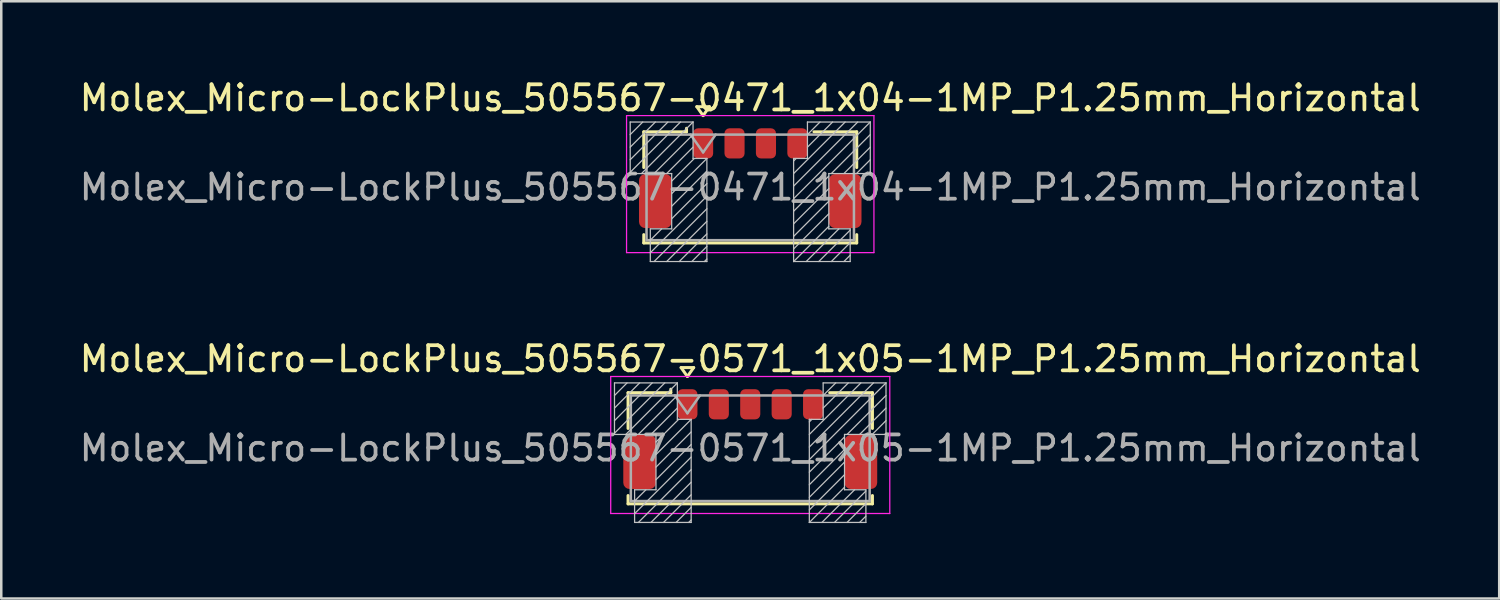
<source format=kicad_pcb>
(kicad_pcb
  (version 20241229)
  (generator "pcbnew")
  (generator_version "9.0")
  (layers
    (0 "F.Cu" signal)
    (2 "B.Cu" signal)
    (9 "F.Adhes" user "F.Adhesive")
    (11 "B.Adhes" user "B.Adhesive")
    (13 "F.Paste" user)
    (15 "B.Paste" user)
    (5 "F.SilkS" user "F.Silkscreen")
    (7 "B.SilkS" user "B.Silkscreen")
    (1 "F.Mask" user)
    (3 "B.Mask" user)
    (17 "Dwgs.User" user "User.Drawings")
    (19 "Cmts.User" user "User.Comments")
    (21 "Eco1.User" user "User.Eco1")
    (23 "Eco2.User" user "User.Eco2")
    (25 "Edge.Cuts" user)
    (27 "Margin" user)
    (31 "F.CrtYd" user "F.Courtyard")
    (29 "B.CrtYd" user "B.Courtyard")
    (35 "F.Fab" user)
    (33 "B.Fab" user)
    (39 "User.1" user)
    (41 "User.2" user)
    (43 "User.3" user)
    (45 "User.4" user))
  (footprint "Molex_Micro-LockPlus_505567-0471_1x04-1MP_P1.25mm_Horizontal"
    (layer "F.Cu")
    (at 26.792 4.038)
    (property "Reference" "Molex_Micro-LockPlus_505567-0471_1x04-1MP_P1.25mm_Horizontal" (at 0 -3.19 0) (layer "F.SilkS") (effects (font (size 1 1) (thickness 0.15))))
    (attr smd)
    (fp_line (start -4.235 -1.845) (end -2.535 -1.845) (stroke (width 0.12) (type solid)) (layer "F.SilkS"))
    (fp_line (start -4.235 -0.425) (end -4.235 -1.845) (stroke (width 0.12) (type solid)) (layer "F.SilkS"))
    (fp_line (start -4.235 2.245) (end -4.235 2.575) (stroke (width 0.12) (type solid)) (layer "F.SilkS"))
    (fp_line (start -4.235 2.575) (end 4.235 2.575) (stroke (width 0.12) (type solid)) (layer "F.SilkS"))
    (fp_line (start -2.535 -1.845) (end -2.535 -1.985) (stroke (width 0.12) (type solid)) (layer "F.SilkS"))
    (fp_line (start -2.125 -2.844) (end -1.875 -2.49) (stroke (width 0.12) (type solid)) (layer "F.SilkS"))
    (fp_line (start -1.875 -2.49) (end -1.625 -2.844) (stroke (width 0.12) (type solid)) (layer "F.SilkS"))
    (fp_line (start -1.625 -2.844) (end -2.125 -2.844) (stroke (width 0.12) (type solid)) (layer "F.SilkS"))
    (fp_line (start 4.235 -1.845) (end 2.535 -1.845) (stroke (width 0.12) (type solid)) (layer "F.SilkS"))
    (fp_line (start 4.235 -0.425) (end 4.235 -1.845) (stroke (width 0.12) (type solid)) (layer "F.SilkS"))
    (fp_line (start 4.235 2.575) (end 4.235 2.245) (stroke (width 0.12) (type solid)) (layer "F.SilkS"))
    (fp_line (start -4.775 -2.235) (end -2.275 -2.235) (stroke (width 0.05) (type solid)) (layer "Dwgs.User"))
    (fp_line (start -4.775 -0.185) (end -4.775 -2.235) (stroke (width 0.05) (type solid)) (layer "Dwgs.User"))
    (fp_line (start -4.275 -2.235) (end -4.775 -1.735) (stroke (width 0.05) (type solid)) (layer "Dwgs.User"))
    (fp_line (start -3.975 2.015) (end -3.125 2.015) (stroke (width 0.05) (type solid)) (layer "Dwgs.User"))
    (fp_line (start -3.975 3.315) (end -3.975 2.015) (stroke (width 0.05) (type solid)) (layer "Dwgs.User"))
    (fp_line (start -3.775 -2.235) (end -4.775 -1.235) (stroke (width 0.05) (type solid)) (layer "Dwgs.User"))
    (fp_line (start -3.525 2.015) (end -3.975 2.465) (stroke (width 0.05) (type solid)) (layer "Dwgs.User"))
    (fp_line (start -3.275 -2.235) (end -4.775 -0.735) (stroke (width 0.05) (type solid)) (layer "Dwgs.User"))
    (fp_line (start -3.125 -0.185) (end -4.775 -0.185) (stroke (width 0.05) (type solid)) (layer "Dwgs.User"))
    (fp_line (start -3.125 2.015) (end -3.125 -0.185) (stroke (width 0.05) (type solid)) (layer "Dwgs.User"))
    (fp_line (start -2.775 -2.235) (end -4.775 -0.235) (stroke (width 0.05) (type solid)) (layer "Dwgs.User"))
    (fp_line (start -2.275 -2.235) (end -4.325 -0.185) (stroke (width 0.05) (type solid)) (layer "Dwgs.User"))
    (fp_line (start -2.275 -2.235) (end -2.275 -0.785) (stroke (width 0.05) (type solid)) (layer "Dwgs.User"))
    (fp_line (start -2.275 -1.735) (end -3.825 -0.185) (stroke (width 0.05) (type solid)) (layer "Dwgs.User"))
    (fp_line (start -2.275 -1.235) (end -3.325 -0.185) (stroke (width 0.05) (type solid)) (layer "Dwgs.User"))
    (fp_line (start -2.275 -0.785) (end -1.725 -0.785) (stroke (width 0.05) (type solid)) (layer "Dwgs.User"))
    (fp_line (start -2.225 -0.785) (end -3.125 0.115) (stroke (width 0.05) (type solid)) (layer "Dwgs.User"))
    (fp_line (start -1.725 -0.785) (end -3.125 0.615) (stroke (width 0.05) (type solid)) (layer "Dwgs.User"))
    (fp_line (start -1.725 -0.785) (end -1.725 3.315) (stroke (width 0.05) (type solid)) (layer "Dwgs.User"))
    (fp_line (start -1.725 -0.285) (end -3.125 1.115) (stroke (width 0.05) (type solid)) (layer "Dwgs.User"))
    (fp_line (start -1.725 0.215) (end -3.125 1.615) (stroke (width 0.05) (type solid)) (layer "Dwgs.User"))
    (fp_line (start -1.725 0.715) (end -3.975 2.965) (stroke (width 0.05) (type solid)) (layer "Dwgs.User"))
    (fp_line (start -1.725 1.215) (end -3.825 3.315) (stroke (width 0.05) (type solid)) (layer "Dwgs.User"))
    (fp_line (start -1.725 1.715) (end -3.325 3.315) (stroke (width 0.05) (type solid)) (layer "Dwgs.User"))
    (fp_line (start -1.725 2.215) (end -2.825 3.315) (stroke (width 0.05) (type solid)) (layer "Dwgs.User"))
    (fp_line (start -1.725 2.715) (end -2.325 3.315) (stroke (width 0.05) (type solid)) (layer "Dwgs.User"))
    (fp_line (start -1.725 3.215) (end -1.825 3.315) (stroke (width 0.05) (type solid)) (layer "Dwgs.User"))
    (fp_line (start -1.725 3.315) (end -3.975 3.315) (stroke (width 0.05) (type solid)) (layer "Dwgs.User"))
    (fp_line (start 1.725 -0.785) (end 1.725 3.315) (stroke (width 0.05) (type solid)) (layer "Dwgs.User"))
    (fp_line (start 1.725 3.315) (end 3.975 3.315) (stroke (width 0.05) (type solid)) (layer "Dwgs.User"))
    (fp_line (start 1.825 -0.785) (end 1.725 -0.685) (stroke (width 0.05) (type solid)) (layer "Dwgs.User"))
    (fp_line (start 2.275 -2.235) (end 2.275 -0.785) (stroke (width 0.05) (type solid)) (layer "Dwgs.User"))
    (fp_line (start 2.275 -0.785) (end 1.725 -0.785) (stroke (width 0.05) (type solid)) (layer "Dwgs.User"))
    (fp_line (start 2.775 -2.235) (end 2.275 -1.735) (stroke (width 0.05) (type solid)) (layer "Dwgs.User"))
    (fp_line (start 3.125 -0.185) (end 4.775 -0.185) (stroke (width 0.05) (type solid)) (layer "Dwgs.User"))
    (fp_line (start 3.125 -0.085) (end 1.725 1.315) (stroke (width 0.05) (type solid)) (layer "Dwgs.User"))
    (fp_line (start 3.125 0.415) (end 1.725 1.815) (stroke (width 0.05) (type solid)) (layer "Dwgs.User"))
    (fp_line (start 3.125 0.915) (end 1.725 2.315) (stroke (width 0.05) (type solid)) (layer "Dwgs.User"))
    (fp_line (start 3.125 1.415) (end 1.725 2.815) (stroke (width 0.05) (type solid)) (layer "Dwgs.User"))
    (fp_line (start 3.125 1.915) (end 1.725 3.315) (stroke (width 0.05) (type solid)) (layer "Dwgs.User"))
    (fp_line (start 3.125 2.015) (end 3.125 -0.185) (stroke (width 0.05) (type solid)) (layer "Dwgs.User"))
    (fp_line (start 3.275 -2.235) (end 2.275 -1.235) (stroke (width 0.05) (type solid)) (layer "Dwgs.User"))
    (fp_line (start 3.525 2.015) (end 2.225 3.315) (stroke (width 0.05) (type solid)) (layer "Dwgs.User"))
    (fp_line (start 3.775 -2.235) (end 1.725 -0.185) (stroke (width 0.05) (type solid)) (layer "Dwgs.User"))
    (fp_line (start 3.975 2.015) (end 3.125 2.015) (stroke (width 0.05) (type solid)) (layer "Dwgs.User"))
    (fp_line (start 3.975 2.065) (end 2.725 3.315) (stroke (width 0.05) (type solid)) (layer "Dwgs.User"))
    (fp_line (start 3.975 2.565) (end 3.225 3.315) (stroke (width 0.05) (type solid)) (layer "Dwgs.User"))
    (fp_line (start 3.975 3.065) (end 3.725 3.315) (stroke (width 0.05) (type solid)) (layer "Dwgs.User"))
    (fp_line (start 3.975 3.315) (end 3.975 2.015) (stroke (width 0.05) (type solid)) (layer "Dwgs.User"))
    (fp_line (start 4.275 -2.235) (end 1.725 0.315) (stroke (width 0.05) (type solid)) (layer "Dwgs.User"))
    (fp_line (start 4.775 -2.235) (end 1.725 0.815) (stroke (width 0.05) (type solid)) (layer "Dwgs.User"))
    (fp_line (start 4.775 -2.235) (end 2.275 -2.235) (stroke (width 0.05) (type solid)) (layer "Dwgs.User"))
    (fp_line (start 4.775 -1.735) (end 3.225 -0.185) (stroke (width 0.05) (type solid)) (layer "Dwgs.User"))
    (fp_line (start 4.775 -1.235) (end 3.725 -0.185) (stroke (width 0.05) (type solid)) (layer "Dwgs.User"))
    (fp_line (start 4.775 -0.735) (end 4.225 -0.185) (stroke (width 0.05) (type solid)) (layer "Dwgs.User"))
    (fp_line (start 4.775 -0.235) (end 4.725 -0.185) (stroke (width 0.05) (type solid)) (layer "Dwgs.User"))
    (fp_line (start 4.775 -0.185) (end 4.775 -2.235) (stroke (width 0.05) (type solid)) (layer "Dwgs.User"))
    (fp_line (start -4.92 -2.49) (end -4.92 2.96) (stroke (width 0.05) (type solid)) (layer "F.CrtYd"))
    (fp_line (start -4.92 2.96) (end 4.92 2.96) (stroke (width 0.05) (type solid)) (layer "F.CrtYd"))
    (fp_line (start 4.92 -2.49) (end -4.92 -2.49) (stroke (width 0.05) (type solid)) (layer "F.CrtYd"))
    (fp_line (start 4.92 2.96) (end 4.92 -2.49) (stroke (width 0.05) (type solid)) (layer "F.CrtYd"))
    (fp_line (start -4.125 -1.735) (end -4.125 2.465) (stroke (width 0.1) (type solid)) (layer "F.Fab"))
    (fp_line (start -4.125 -1.735) (end 4.125 -1.735) (stroke (width 0.1) (type solid)) (layer "F.Fab"))
    (fp_line (start -4.125 2.465) (end 4.125 2.465) (stroke (width 0.1) (type solid)) (layer "F.Fab"))
    (fp_line (start -2.375 -1.735) (end -1.875 -1.028) (stroke (width 0.1) (type solid)) (layer "F.Fab"))
    (fp_line (start -1.875 -1.028) (end -1.375 -1.735) (stroke (width 0.1) (type solid)) (layer "F.Fab"))
    (fp_line (start 4.125 -1.735) (end 4.125 2.465) (stroke (width 0.1) (type solid)) (layer "F.Fab"))
    (fp_text user "${REFERENCE}" (at 0 0.36 0) (layer "F.Fab") (effects (font (size 1 1) (thickness 0.15))))
    (pad "1" smd roundrect (at -1.875 -1.385) (size 0.8 1.2) (layers "F.Cu" "F.Mask" "F.Paste") (roundrect_rratio 0.25))
    (pad "2" smd roundrect (at -0.625 -1.385) (size 0.8 1.2) (layers "F.Cu" "F.Mask" "F.Paste") (roundrect_rratio 0.25))
    (pad "3" smd roundrect (at 0.625 -1.385) (size 0.8 1.2) (layers "F.Cu" "F.Mask" "F.Paste") (roundrect_rratio 0.25))
    (pad "4" smd roundrect (at 1.875 -1.385) (size 0.8 1.2) (layers "F.Cu" "F.Mask" "F.Paste") (roundrect_rratio 0.25))
    (pad "MP" smd roundrect (at -3.775 0.91) (size 1.3 2.15) (layers "F.Cu" "F.Mask" "F.Paste") (roundrect_rratio 0.192))
    (pad "MP" smd roundrect (at 3.775 0.91) (size 1.3 2.15) (layers "F.Cu" "F.Mask" "F.Paste") (roundrect_rratio 0.192)))
  (footprint "Molex_Micro-LockPlus_505567-0571_1x05-1MP_P1.25mm_Horizontal"
    (layer "F.Cu")
    (at 26.792 14.416)
    (property "Reference" "Molex_Micro-LockPlus_505567-0571_1x05-1MP_P1.25mm_Horizontal" (at 0 -3.19 0) (layer "F.SilkS") (effects (font (size 1 1) (thickness 0.15))))
    (attr smd)
    (fp_line (start -4.86 -1.845) (end -3.16 -1.845) (stroke (width 0.12) (type solid)) (layer "F.SilkS"))
    (fp_line (start -4.86 -0.425) (end -4.86 -1.845) (stroke (width 0.12) (type solid)) (layer "F.SilkS"))
    (fp_line (start -4.86 2.245) (end -4.86 2.575) (stroke (width 0.12) (type solid)) (layer "F.SilkS"))
    (fp_line (start -4.86 2.575) (end 4.86 2.575) (stroke (width 0.12) (type solid)) (layer "F.SilkS"))
    (fp_line (start -3.16 -1.845) (end -3.16 -1.985) (stroke (width 0.12) (type solid)) (layer "F.SilkS"))
    (fp_line (start -2.75 -2.844) (end -2.5 -2.49) (stroke (width 0.12) (type solid)) (layer "F.SilkS"))
    (fp_line (start -2.5 -2.49) (end -2.25 -2.844) (stroke (width 0.12) (type solid)) (layer "F.SilkS"))
    (fp_line (start -2.25 -2.844) (end -2.75 -2.844) (stroke (width 0.12) (type solid)) (layer "F.SilkS"))
    (fp_line (start 4.86 -1.845) (end 3.16 -1.845) (stroke (width 0.12) (type solid)) (layer "F.SilkS"))
    (fp_line (start 4.86 -0.425) (end 4.86 -1.845) (stroke (width 0.12) (type solid)) (layer "F.SilkS"))
    (fp_line (start 4.86 2.575) (end 4.86 2.245) (stroke (width 0.12) (type solid)) (layer "F.SilkS"))
    (fp_line (start -5.4 -2.235) (end -2.9 -2.235) (stroke (width 0.05) (type solid)) (layer "Dwgs.User"))
    (fp_line (start -5.4 -0.185) (end -5.4 -2.235) (stroke (width 0.05) (type solid)) (layer "Dwgs.User"))
    (fp_line (start -4.9 -2.235) (end -5.4 -1.735) (stroke (width 0.05) (type solid)) (layer "Dwgs.User"))
    (fp_line (start -4.6 2.015) (end -3.75 2.015) (stroke (width 0.05) (type solid)) (layer "Dwgs.User"))
    (fp_line (start -4.6 3.315) (end -4.6 2.015) (stroke (width 0.05) (type solid)) (layer "Dwgs.User"))
    (fp_line (start -4.4 -2.235) (end -5.4 -1.235) (stroke (width 0.05) (type solid)) (layer "Dwgs.User"))
    (fp_line (start -4.15 2.015) (end -4.6 2.465) (stroke (width 0.05) (type solid)) (layer "Dwgs.User"))
    (fp_line (start -3.9 -2.235) (end -5.4 -0.735) (stroke (width 0.05) (type solid)) (layer "Dwgs.User"))
    (fp_line (start -3.75 -0.185) (end -5.4 -0.185) (stroke (width 0.05) (type solid)) (layer "Dwgs.User"))
    (fp_line (start -3.75 2.015) (end -3.75 -0.185) (stroke (width 0.05) (type solid)) (layer "Dwgs.User"))
    (fp_line (start -3.4 -2.235) (end -5.4 -0.235) (stroke (width 0.05) (type solid)) (layer "Dwgs.User"))
    (fp_line (start -2.9 -2.235) (end -4.95 -0.185) (stroke (width 0.05) (type solid)) (layer "Dwgs.User"))
    (fp_line (start -2.9 -2.235) (end -2.9 -0.785) (stroke (width 0.05) (type solid)) (layer "Dwgs.User"))
    (fp_line (start -2.9 -1.735) (end -4.45 -0.185) (stroke (width 0.05) (type solid)) (layer "Dwgs.User"))
    (fp_line (start -2.9 -1.235) (end -3.95 -0.185) (stroke (width 0.05) (type solid)) (layer "Dwgs.User"))
    (fp_line (start -2.9 -0.785) (end -2.35 -0.785) (stroke (width 0.05) (type solid)) (layer "Dwgs.User"))
    (fp_line (start -2.85 -0.785) (end -3.75 0.115) (stroke (width 0.05) (type solid)) (layer "Dwgs.User"))
    (fp_line (start -2.35 -0.785) (end -3.75 0.615) (stroke (width 0.05) (type solid)) (layer "Dwgs.User"))
    (fp_line (start -2.35 -0.785) (end -2.35 3.315) (stroke (width 0.05) (type solid)) (layer "Dwgs.User"))
    (fp_line (start -2.35 -0.285) (end -3.75 1.115) (stroke (width 0.05) (type solid)) (layer "Dwgs.User"))
    (fp_line (start -2.35 0.215) (end -3.75 1.615) (stroke (width 0.05) (type solid)) (layer "Dwgs.User"))
    (fp_line (start -2.35 0.715) (end -4.6 2.965) (stroke (width 0.05) (type solid)) (layer "Dwgs.User"))
    (fp_line (start -2.35 1.215) (end -4.45 3.315) (stroke (width 0.05) (type solid)) (layer "Dwgs.User"))
    (fp_line (start -2.35 1.715) (end -3.95 3.315) (stroke (width 0.05) (type solid)) (layer "Dwgs.User"))
    (fp_line (start -2.35 2.215) (end -3.45 3.315) (stroke (width 0.05) (type solid)) (layer "Dwgs.User"))
    (fp_line (start -2.35 2.715) (end -2.95 3.315) (stroke (width 0.05) (type solid)) (layer "Dwgs.User"))
    (fp_line (start -2.35 3.215) (end -2.45 3.315) (stroke (width 0.05) (type solid)) (layer "Dwgs.User"))
    (fp_line (start -2.35 3.315) (end -4.6 3.315) (stroke (width 0.05) (type solid)) (layer "Dwgs.User"))
    (fp_line (start 2.35 -0.785) (end 2.35 3.315) (stroke (width 0.05) (type solid)) (layer "Dwgs.User"))
    (fp_line (start 2.35 3.315) (end 4.6 3.315) (stroke (width 0.05) (type solid)) (layer "Dwgs.User"))
    (fp_line (start 2.45 -0.785) (end 2.35 -0.685) (stroke (width 0.05) (type solid)) (layer "Dwgs.User"))
    (fp_line (start 2.9 -2.235) (end 2.9 -0.785) (stroke (width 0.05) (type solid)) (layer "Dwgs.User"))
    (fp_line (start 2.9 -0.785) (end 2.35 -0.785) (stroke (width 0.05) (type solid)) (layer "Dwgs.User"))
    (fp_line (start 3.4 -2.235) (end 2.9 -1.735) (stroke (width 0.05) (type solid)) (layer "Dwgs.User"))
    (fp_line (start 3.75 -0.185) (end 5.4 -0.185) (stroke (width 0.05) (type solid)) (layer "Dwgs.User"))
    (fp_line (start 3.75 -0.085) (end 2.35 1.315) (stroke (width 0.05) (type solid)) (layer "Dwgs.User"))
    (fp_line (start 3.75 0.415) (end 2.35 1.815) (stroke (width 0.05) (type solid)) (layer "Dwgs.User"))
    (fp_line (start 3.75 0.915) (end 2.35 2.315) (stroke (width 0.05) (type solid)) (layer "Dwgs.User"))
    (fp_line (start 3.75 1.415) (end 2.35 2.815) (stroke (width 0.05) (type solid)) (layer "Dwgs.User"))
    (fp_line (start 3.75 1.915) (end 2.35 3.315) (stroke (width 0.05) (type solid)) (layer "Dwgs.User"))
    (fp_line (start 3.75 2.015) (end 3.75 -0.185) (stroke (width 0.05) (type solid)) (layer "Dwgs.User"))
    (fp_line (start 3.9 -2.235) (end 2.9 -1.235) (stroke (width 0.05) (type solid)) (layer "Dwgs.User"))
    (fp_line (start 4.15 2.015) (end 2.85 3.315) (stroke (width 0.05) (type solid)) (layer "Dwgs.User"))
    (fp_line (start 4.4 -2.235) (end 2.35 -0.185) (stroke (width 0.05) (type solid)) (layer "Dwgs.User"))
    (fp_line (start 4.6 2.015) (end 3.75 2.015) (stroke (width 0.05) (type solid)) (layer "Dwgs.User"))
    (fp_line (start 4.6 2.065) (end 3.35 3.315) (stroke (width 0.05) (type solid)) (layer "Dwgs.User"))
    (fp_line (start 4.6 2.565) (end 3.85 3.315) (stroke (width 0.05) (type solid)) (layer "Dwgs.User"))
    (fp_line (start 4.6 3.065) (end 4.35 3.315) (stroke (width 0.05) (type solid)) (layer "Dwgs.User"))
    (fp_line (start 4.6 3.315) (end 4.6 2.015) (stroke (width 0.05) (type solid)) (layer "Dwgs.User"))
    (fp_line (start 4.9 -2.235) (end 2.35 0.315) (stroke (width 0.05) (type solid)) (layer "Dwgs.User"))
    (fp_line (start 5.4 -2.235) (end 2.35 0.815) (stroke (width 0.05) (type solid)) (layer "Dwgs.User"))
    (fp_line (start 5.4 -2.235) (end 2.9 -2.235) (stroke (width 0.05) (type solid)) (layer "Dwgs.User"))
    (fp_line (start 5.4 -1.735) (end 3.85 -0.185) (stroke (width 0.05) (type solid)) (layer "Dwgs.User"))
    (fp_line (start 5.4 -1.235) (end 4.35 -0.185) (stroke (width 0.05) (type solid)) (layer "Dwgs.User"))
    (fp_line (start 5.4 -0.735) (end 4.85 -0.185) (stroke (width 0.05) (type solid)) (layer "Dwgs.User"))
    (fp_line (start 5.4 -0.235) (end 5.35 -0.185) (stroke (width 0.05) (type solid)) (layer "Dwgs.User"))
    (fp_line (start 5.4 -0.185) (end 5.4 -2.235) (stroke (width 0.05) (type solid)) (layer "Dwgs.User"))
    (fp_line (start -5.55 -2.49) (end -5.55 2.96) (stroke (width 0.05) (type solid)) (layer "F.CrtYd"))
    (fp_line (start -5.55 2.96) (end 5.55 2.96) (stroke (width 0.05) (type solid)) (layer "F.CrtYd"))
    (fp_line (start 5.55 -2.49) (end -5.55 -2.49) (stroke (width 0.05) (type solid)) (layer "F.CrtYd"))
    (fp_line (start 5.55 2.96) (end 5.55 -2.49) (stroke (width 0.05) (type solid)) (layer "F.CrtYd"))
    (fp_line (start -4.75 -1.735) (end -4.75 2.465) (stroke (width 0.1) (type solid)) (layer "F.Fab"))
    (fp_line (start -4.75 -1.735) (end 4.75 -1.735) (stroke (width 0.1) (type solid)) (layer "F.Fab"))
    (fp_line (start -4.75 2.465) (end 4.75 2.465) (stroke (width 0.1) (type solid)) (layer "F.Fab"))
    (fp_line (start -3 -1.735) (end -2.5 -1.028) (stroke (width 0.1) (type solid)) (layer "F.Fab"))
    (fp_line (start -2.5 -1.028) (end -2 -1.735) (stroke (width 0.1) (type solid)) (layer "F.Fab"))
    (fp_line (start 4.75 -1.735) (end 4.75 2.465) (stroke (width 0.1) (type solid)) (layer "F.Fab"))
    (fp_text user "${REFERENCE}" (at 0 0.36 0) (layer "F.Fab") (effects (font (size 1 1) (thickness 0.15))))
    (pad "1" smd roundrect (at -2.5 -1.385) (size 0.8 1.2) (layers "F.Cu" "F.Mask" "F.Paste") (roundrect_rratio 0.25))
    (pad "2" smd roundrect (at -1.25 -1.385) (size 0.8 1.2) (layers "F.Cu" "F.Mask" "F.Paste") (roundrect_rratio 0.25))
    (pad "3" smd roundrect (at 0 -1.385) (size 0.8 1.2) (layers "F.Cu" "F.Mask" "F.Paste") (roundrect_rratio 0.25))
    (pad "4" smd roundrect (at 1.25 -1.385) (size 0.8 1.2) (layers "F.Cu" "F.Mask" "F.Paste") (roundrect_rratio 0.25))
    (pad "5" smd roundrect (at 2.5 -1.385) (size 0.8 1.2) (layers "F.Cu" "F.Mask" "F.Paste") (roundrect_rratio 0.25))
    (pad "MP" smd roundrect (at -4.4 0.91) (size 1.3 2.15) (layers "F.Cu" "F.Mask" "F.Paste") (roundrect_rratio 0.192))
    (pad "MP" smd roundrect (at 4.4 0.91) (size 1.3 2.15) (layers "F.Cu" "F.Mask" "F.Paste") (roundrect_rratio 0.192)))
  (gr_rect
    (start -3 -3)
    (end 56.583 20.756)
    (stroke (width 0.1) (type default))
    (fill no)
    (layer "Edge.Cuts")))
</source>
